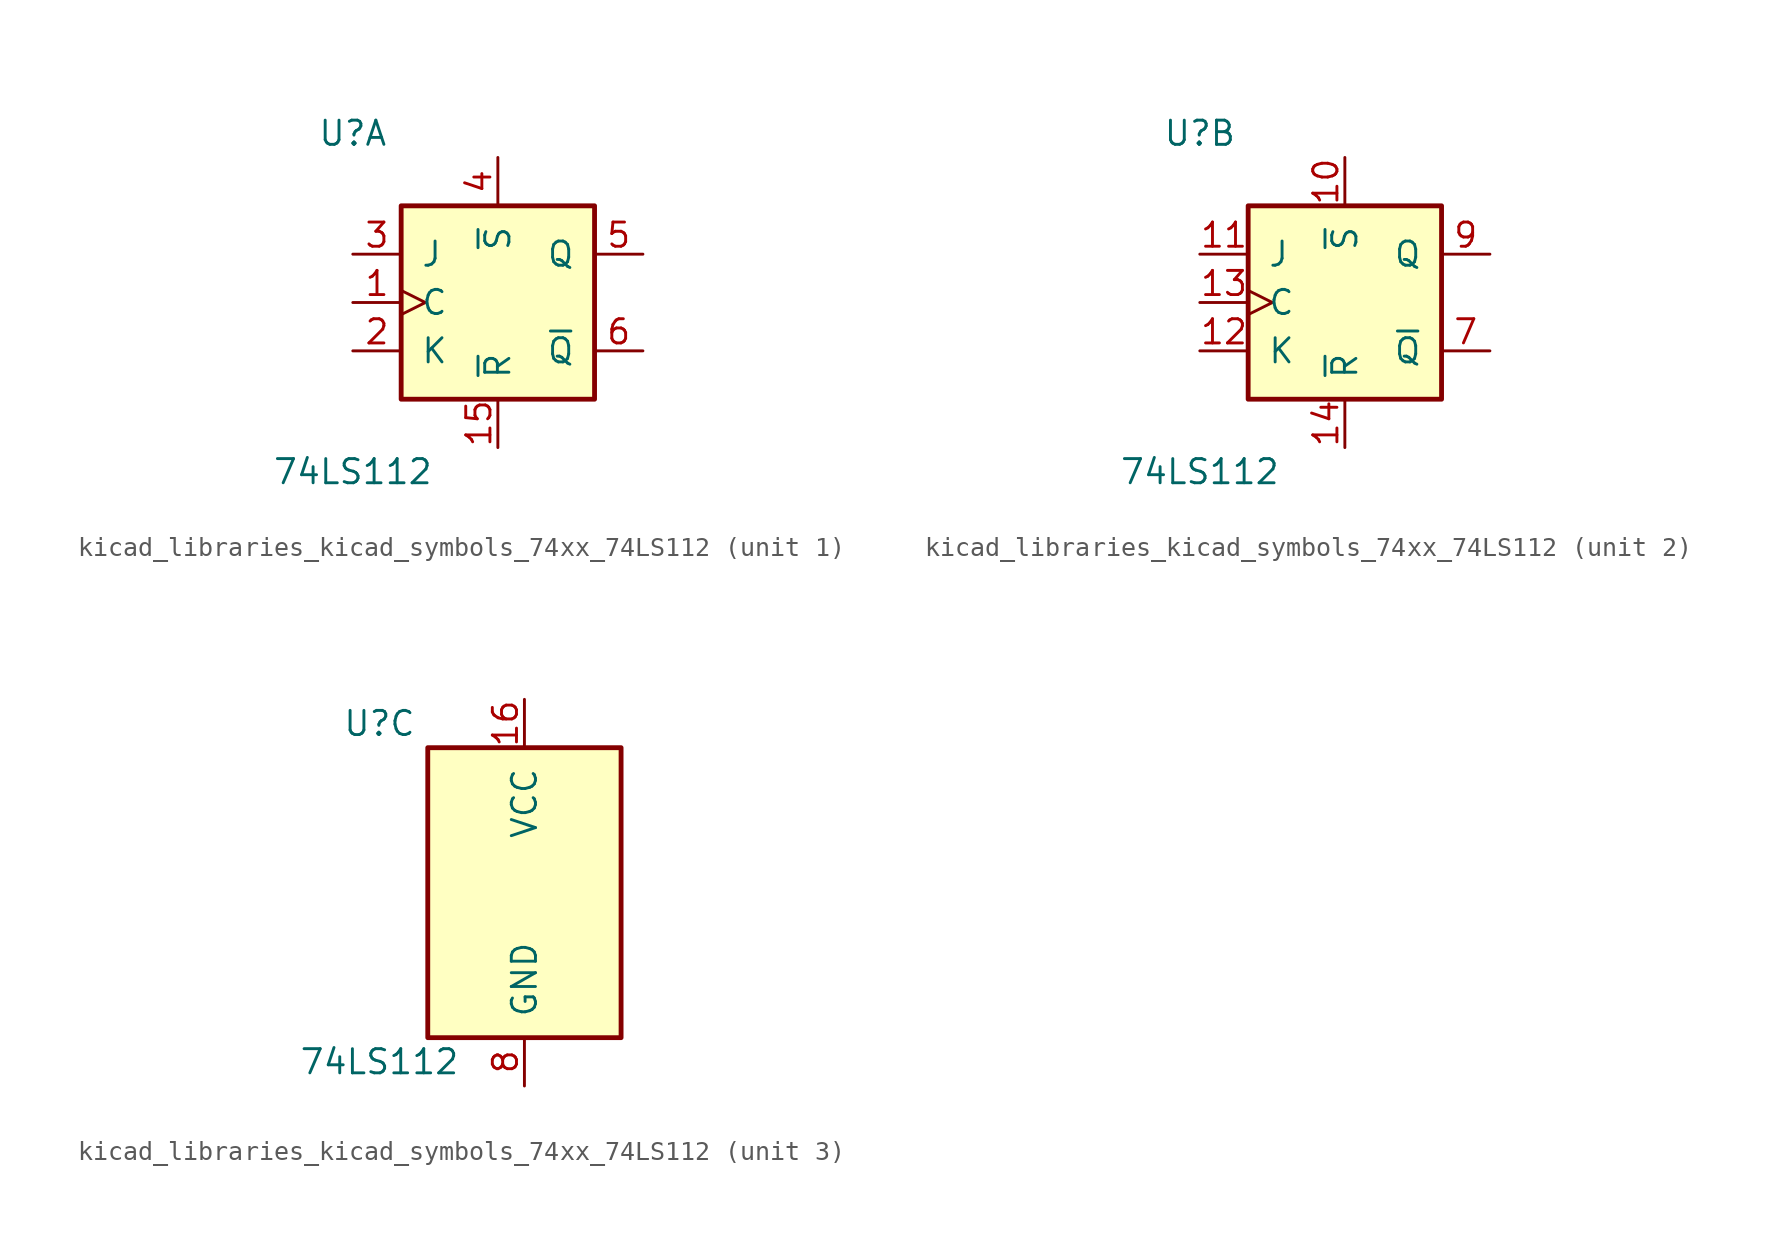
<source format=kicad_sym>
(kicad_symbol_lib
  (version 20220914)
  (generator kicad_symbol_editor)
  (symbol "kicad_libraries_kicad_symbols_74xx_74LS112"
    (pin_names
      (offset 1.016))
    (property "Reference" "U"
      (at -7.62 8.89 0)
      (effects (font (size 1.27 1.27))))
    (property "Value" "74LS112"
      (at -7.62 -8.89 0)
      (effects (font (size 1.27 1.27))))
    (property "ki_locked" ""
      (at 0 0 0)
      (effects (font (size 1.27 1.27))))
    (symbol "kicad_libraries_kicad_symbols_74xx_74LS112_1_0"
      (pin input clock (at -7.62 0 0) (length 2.54) (name "C" (effects (font (size 1.27 1.27)))) (number "1" (effects (font (size 1.27 1.27)))))
      (pin input line (at 0 -7.62 90) (length 2.54) (name "~{R}" (effects (font (size 1.27 1.27)))) (number "15" (effects (font (size 1.27 1.27)))))
      (pin input line (at -7.62 -2.54 0) (length 2.54) (name "K" (effects (font (size 1.27 1.27)))) (number "2" (effects (font (size 1.27 1.27)))))
      (pin input line (at -7.62 2.54 0) (length 2.54) (name "J" (effects (font (size 1.27 1.27)))) (number "3" (effects (font (size 1.27 1.27)))))
      (pin input line (at 0 7.62 270) (length 2.54) (name "~{S}" (effects (font (size 1.27 1.27)))) (number "4" (effects (font (size 1.27 1.27)))))
      (pin output line (at 7.62 2.54 180) (length 2.54) (name "Q" (effects (font (size 1.27 1.27)))) (number "5" (effects (font (size 1.27 1.27)))))
      (pin output line (at 7.62 -2.54 180) (length 2.54) (name "~{Q}" (effects (font (size 1.27 1.27)))) (number "6" (effects (font (size 1.27 1.27))))))
    (symbol "kicad_libraries_kicad_symbols_74xx_74LS112_1_1"
      (rectangle (start -5.08 5.08) (end 5.08 -5.08) (stroke (width 0.254) (type default)) (fill (type background))))
    (symbol "kicad_libraries_kicad_symbols_74xx_74LS112_2_0"
      (pin input line (at 0 7.62 270) (length 2.54) (name "~{S}" (effects (font (size 1.27 1.27)))) (number "10" (effects (font (size 1.27 1.27)))))
      (pin input line (at -7.62 2.54 0) (length 2.54) (name "J" (effects (font (size 1.27 1.27)))) (number "11" (effects (font (size 1.27 1.27)))))
      (pin input line (at -7.62 -2.54 0) (length 2.54) (name "K" (effects (font (size 1.27 1.27)))) (number "12" (effects (font (size 1.27 1.27)))))
      (pin input clock (at -7.62 0 0) (length 2.54) (name "C" (effects (font (size 1.27 1.27)))) (number "13" (effects (font (size 1.27 1.27)))))
      (pin input line (at 0 -7.62 90) (length 2.54) (name "~{R}" (effects (font (size 1.27 1.27)))) (number "14" (effects (font (size 1.27 1.27)))))
      (pin output line (at 7.62 -2.54 180) (length 2.54) (name "~{Q}" (effects (font (size 1.27 1.27)))) (number "7" (effects (font (size 1.27 1.27)))))
      (pin output line (at 7.62 2.54 180) (length 2.54) (name "Q" (effects (font (size 1.27 1.27)))) (number "9" (effects (font (size 1.27 1.27))))))
    (symbol "kicad_libraries_kicad_symbols_74xx_74LS112_2_1"
      (rectangle (start -5.08 5.08) (end 5.08 -5.08) (stroke (width 0.254) (type default)) (fill (type background))))
    (symbol "kicad_libraries_kicad_symbols_74xx_74LS112_3_0"
      (pin power_in line (at 0 10.16 270) (length 2.54) (name "VCC" (effects (font (size 1.27 1.27)))) (number "16" (effects (font (size 1.27 1.27)))))
      (pin power_in line (at 0 -10.16 90) (length 2.54) (name "GND" (effects (font (size 1.27 1.27)))) (number "8" (effects (font (size 1.27 1.27))))))
    (symbol "kicad_libraries_kicad_symbols_74xx_74LS112_3_1"
      (rectangle (start -5.08 7.62) (end 5.08 -7.62) (stroke (width 0.254) (type default)) (fill (type background))))))
</source>
